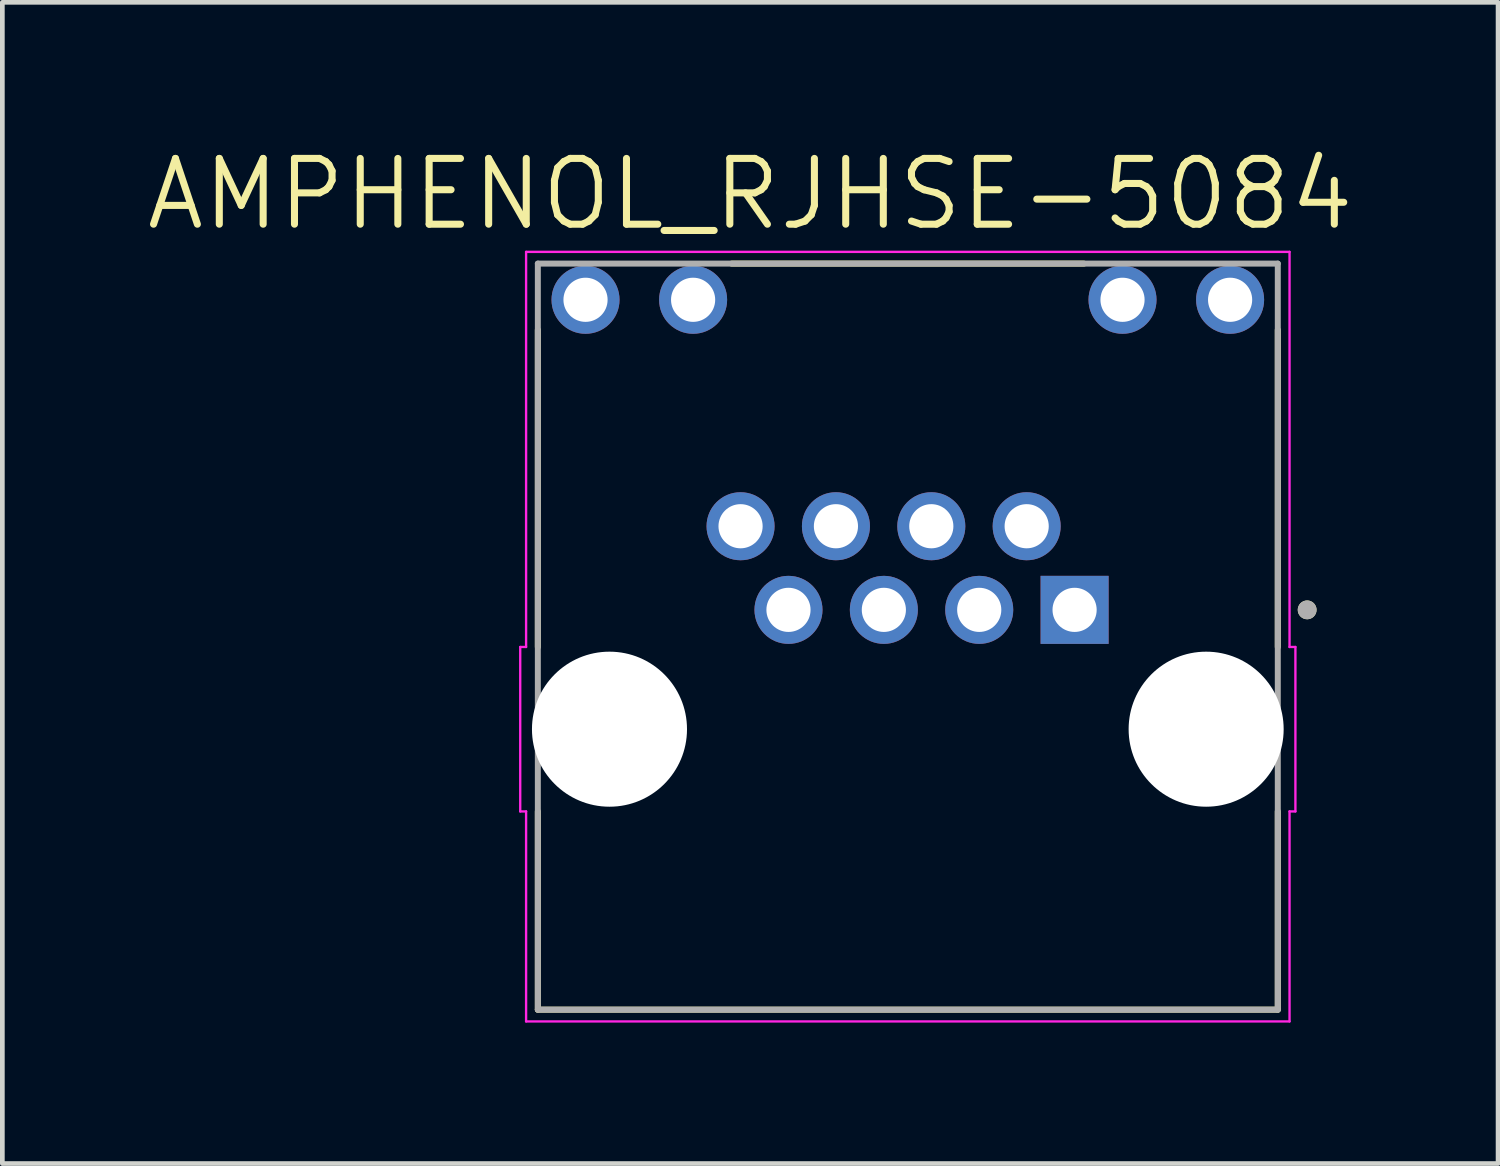
<source format=kicad_pcb>
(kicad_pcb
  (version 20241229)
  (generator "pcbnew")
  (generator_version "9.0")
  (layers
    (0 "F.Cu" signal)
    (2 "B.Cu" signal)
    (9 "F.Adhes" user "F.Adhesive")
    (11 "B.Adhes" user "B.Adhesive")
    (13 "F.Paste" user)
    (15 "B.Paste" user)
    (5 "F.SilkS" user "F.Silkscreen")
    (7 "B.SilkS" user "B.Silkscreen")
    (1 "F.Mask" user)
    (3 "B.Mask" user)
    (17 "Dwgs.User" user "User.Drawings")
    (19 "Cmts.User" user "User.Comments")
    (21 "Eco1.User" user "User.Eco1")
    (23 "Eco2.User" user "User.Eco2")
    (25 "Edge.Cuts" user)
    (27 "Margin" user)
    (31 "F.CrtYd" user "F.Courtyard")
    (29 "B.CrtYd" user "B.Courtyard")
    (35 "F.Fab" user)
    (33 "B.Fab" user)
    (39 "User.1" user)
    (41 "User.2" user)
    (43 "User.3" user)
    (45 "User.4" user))
  (footprint "AMPHENOL_RJHSE-5084"
    (layer "F.Cu")
    (at 16.273 12.471)
    (property "Reference" "AMPHENOL_RJHSE-5084" (at -3.355 -11.389 0) (layer "F.SilkS") (effects (font (size 1.4 1.4) (thickness 0.15))))
    (attr through_hole)
    (fp_line (start -7.875 -1.75) (end -7.875 -8.5) (stroke (width 0.127) (type solid)) (layer "F.SilkS"))
    (fp_line (start -7.875 5.97) (end -7.875 1.75) (stroke (width 0.127) (type solid)) (layer "F.SilkS"))
    (fp_line (start -3.75 -9.91) (end 3.75 -9.91) (stroke (width 0.127) (type solid)) (layer "F.SilkS"))
    (fp_line (start 7.875 -8.5) (end 7.875 -1.75) (stroke (width 0.127) (type solid)) (layer "F.SilkS"))
    (fp_line (start 7.875 1.75) (end 7.875 5.97) (stroke (width 0.127) (type solid)) (layer "F.SilkS"))
    (fp_line (start 7.875 5.97) (end -7.875 5.97) (stroke (width 0.127) (type solid)) (layer "F.SilkS"))
    (fp_circle (center 8.5 -2.54) (end 8.6 -2.54) (stroke (width 0.2) (type solid)) (fill no) (layer "F.SilkS"))
    (fp_line (start -8.25 -1.75) (end -8.125 -1.75) (stroke (width 0.05) (type solid)) (layer "F.CrtYd"))
    (fp_line (start -8.25 1.75) (end -8.25 -1.75) (stroke (width 0.05) (type solid)) (layer "F.CrtYd"))
    (fp_line (start -8.125 -10.16) (end 8.125 -10.16) (stroke (width 0.05) (type solid)) (layer "F.CrtYd"))
    (fp_line (start -8.125 -1.75) (end -8.125 -10.16) (stroke (width 0.05) (type solid)) (layer "F.CrtYd"))
    (fp_line (start -8.125 1.75) (end -8.25 1.75) (stroke (width 0.05) (type solid)) (layer "F.CrtYd"))
    (fp_line (start -8.125 6.22) (end -8.125 1.75) (stroke (width 0.05) (type solid)) (layer "F.CrtYd"))
    (fp_line (start 8.125 -10.16) (end 8.125 -1.75) (stroke (width 0.05) (type solid)) (layer "F.CrtYd"))
    (fp_line (start 8.125 -1.75) (end 8.25 -1.75) (stroke (width 0.05) (type solid)) (layer "F.CrtYd"))
    (fp_line (start 8.125 1.75) (end 8.125 6.22) (stroke (width 0.05) (type solid)) (layer "F.CrtYd"))
    (fp_line (start 8.125 6.22) (end -8.125 6.22) (stroke (width 0.05) (type solid)) (layer "F.CrtYd"))
    (fp_line (start 8.25 -1.75) (end 8.25 1.75) (stroke (width 0.05) (type solid)) (layer "F.CrtYd"))
    (fp_line (start 8.25 1.75) (end 8.125 1.75) (stroke (width 0.05) (type solid)) (layer "F.CrtYd"))
    (fp_line (start -7.875 -9.91) (end 7.875 -9.91) (stroke (width 0.127) (type solid)) (layer "F.Fab"))
    (fp_line (start -7.875 5.97) (end -7.875 -9.91) (stroke (width 0.127) (type solid)) (layer "F.Fab"))
    (fp_line (start 7.875 -9.91) (end 7.875 5.97) (stroke (width 0.127) (type solid)) (layer "F.Fab"))
    (fp_line (start 7.875 5.97) (end -7.875 5.97) (stroke (width 0.127) (type solid)) (layer "F.Fab"))
    (fp_circle (center 8.5 -2.54) (end 8.6 -2.54) (stroke (width 0.2) (type solid)) (fill no) (layer "F.Fab"))
    (pad "" np_thru_hole circle (at -6.35 0) (size 3.3 3.3) (drill 3.3) (layers "*.Cu" "*.Mask"))
    (pad "" np_thru_hole circle (at 6.35 0) (size 3.3 3.3) (drill 3.3) (layers "*.Cu" "*.Mask"))
    (pad "1" thru_hole rect (at 3.55 -2.54) (size 1.448 1.448) (drill 0.94) (layers "*.Cu" "*.Mask"))
    (pad "2" thru_hole circle (at 2.53 -4.32) (size 1.448 1.448) (drill 0.94) (layers "*.Cu" "*.Mask"))
    (pad "3" thru_hole circle (at 1.52 -2.54) (size 1.448 1.448) (drill 0.94) (layers "*.Cu" "*.Mask"))
    (pad "4" thru_hole circle (at 0.5 -4.32) (size 1.448 1.448) (drill 0.94) (layers "*.Cu" "*.Mask"))
    (pad "5" thru_hole circle (at -0.51 -2.54) (size 1.448 1.448) (drill 0.94) (layers "*.Cu" "*.Mask"))
    (pad "6" thru_hole circle (at -1.53 -4.32) (size 1.448 1.448) (drill 0.94) (layers "*.Cu" "*.Mask"))
    (pad "7" thru_hole circle (at -2.54 -2.54) (size 1.448 1.448) (drill 0.94) (layers "*.Cu" "*.Mask"))
    (pad "8" thru_hole circle (at -3.56 -4.32) (size 1.448 1.448) (drill 0.94) (layers "*.Cu" "*.Mask"))
    (pad "9" thru_hole circle (at 6.86 -9.14) (size 1.448 1.448) (drill 0.94) (layers "*.Cu" "*.Mask"))
    (pad "10" thru_hole circle (at 4.57 -9.14) (size 1.448 1.448) (drill 0.94) (layers "*.Cu" "*.Mask"))
    (pad "11" thru_hole circle (at -4.57 -9.14) (size 1.448 1.448) (drill 0.94) (layers "*.Cu" "*.Mask"))
    (pad "12" thru_hole circle (at -6.86 -9.14) (size 1.448 1.448) (drill 0.94) (layers "*.Cu" "*.Mask")))
  (gr_rect
    (start -3 -3)
    (end 28.837 21.716)
    (stroke (width 0.1) (type default))
    (fill no)
    (layer "Edge.Cuts")))
</source>
